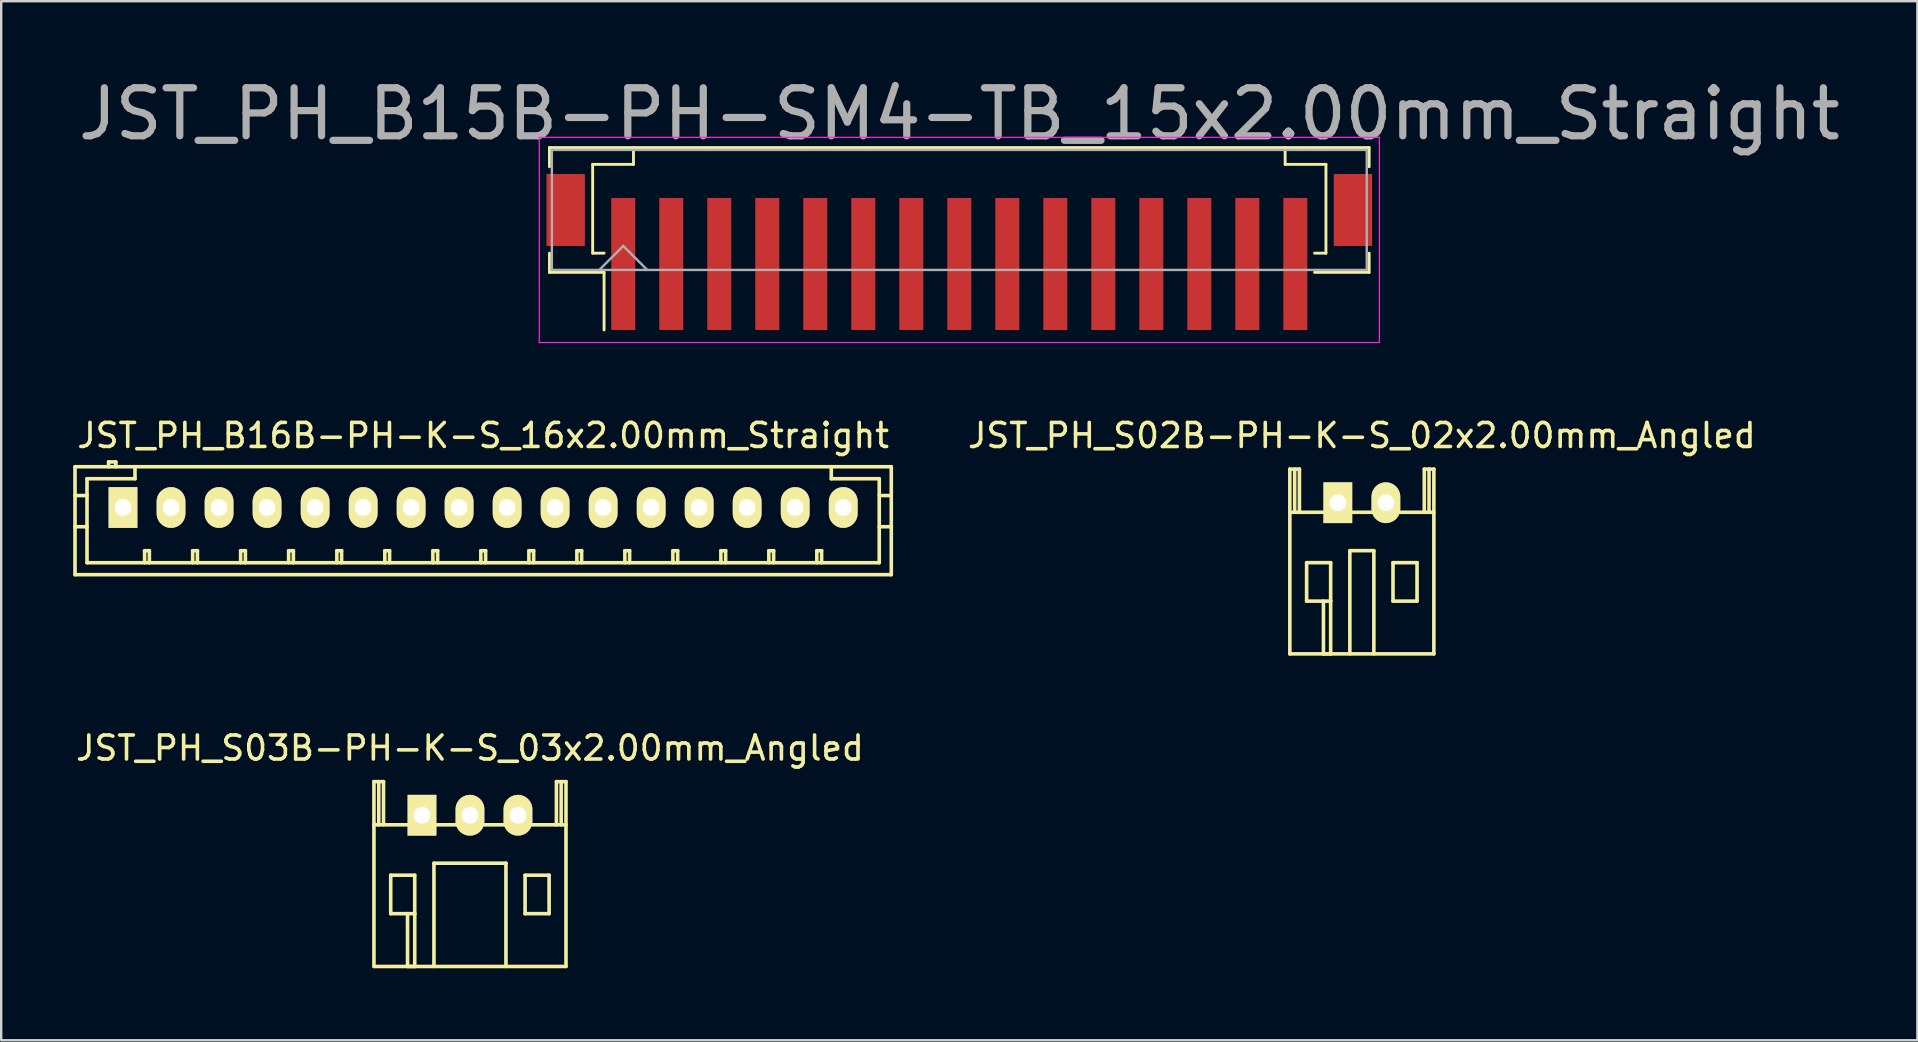
<source format=kicad_pcb>
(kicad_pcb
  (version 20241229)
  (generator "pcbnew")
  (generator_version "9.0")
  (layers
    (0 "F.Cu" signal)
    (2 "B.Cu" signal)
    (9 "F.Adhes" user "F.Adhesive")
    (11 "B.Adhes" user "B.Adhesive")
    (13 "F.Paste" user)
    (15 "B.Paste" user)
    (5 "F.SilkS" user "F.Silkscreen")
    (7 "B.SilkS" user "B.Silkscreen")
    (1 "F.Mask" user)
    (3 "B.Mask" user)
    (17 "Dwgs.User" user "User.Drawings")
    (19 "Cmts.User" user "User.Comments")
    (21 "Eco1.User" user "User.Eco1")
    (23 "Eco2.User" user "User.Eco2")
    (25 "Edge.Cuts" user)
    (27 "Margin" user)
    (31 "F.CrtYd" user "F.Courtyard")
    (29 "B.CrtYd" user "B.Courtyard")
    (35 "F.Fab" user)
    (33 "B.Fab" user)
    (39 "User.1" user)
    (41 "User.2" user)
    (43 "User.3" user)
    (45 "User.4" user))
  (footprint "JST_PH_S02B-PH-K-S_02x2.00mm_Angled"
    (layer "F.Cu")
    (at 52.688 17.894)
    (property "Reference" "JST_PH_S02B-PH-K-S_02x2.00mm_Angled" (at 1 -2.799 0) (layer "F.SilkS") (effects (font (size 1 1) (thickness 0.15))))
    (attr through_hole)
    (fp_line (start -2 -1.4) (end -2 6.299) (stroke (width 0.15) (type solid)) (layer "F.SilkS"))
    (fp_line (start -2 6.299) (end 4 6.299) (stroke (width 0.15) (type solid)) (layer "F.SilkS"))
    (fp_line (start -1.799 -1.4) (end -1.799 0.399) (stroke (width 0.15) (type solid)) (layer "F.SilkS"))
    (fp_line (start -1.601 -1.4) (end -2 -1.4) (stroke (width 0.15) (type solid)) (layer "F.SilkS"))
    (fp_line (start -1.601 0.399) (end -1.601 -1.4) (stroke (width 0.15) (type solid)) (layer "F.SilkS"))
    (fp_line (start -1.301 2.499) (end -0.3 2.499) (stroke (width 0.15) (type solid)) (layer "F.SilkS"))
    (fp_line (start -1.301 4.1) (end -1.301 2.499) (stroke (width 0.15) (type solid)) (layer "F.SilkS"))
    (fp_line (start -0.6 6.299) (end -0.6 4.1) (stroke (width 0.15) (type solid)) (layer "F.SilkS"))
    (fp_line (start -0.3 2.499) (end -0.3 4.1) (stroke (width 0.15) (type solid)) (layer "F.SilkS"))
    (fp_line (start -0.3 4.1) (end -1.301 4.1) (stroke (width 0.15) (type solid)) (layer "F.SilkS"))
    (fp_line (start -0.3 4.1) (end -0.3 6.299) (stroke (width 0.15) (type solid)) (layer "F.SilkS"))
    (fp_line (start -0.3 6.299) (end -0.6 6.299) (stroke (width 0.15) (type solid)) (layer "F.SilkS"))
    (fp_line (start 0.5 1.999) (end 0.5 6.299) (stroke (width 0.15) (type solid)) (layer "F.SilkS"))
    (fp_line (start 1.5 1.999) (end 0.5 1.999) (stroke (width 0.15) (type solid)) (layer "F.SilkS"))
    (fp_line (start 1.5 1.999) (end 1.5 6.299) (stroke (width 0.15) (type solid)) (layer "F.SilkS"))
    (fp_line (start 2.298 2.499) (end 3.299 2.499) (stroke (width 0.15) (type solid)) (layer "F.SilkS"))
    (fp_line (start 2.298 4.1) (end 2.298 2.499) (stroke (width 0.15) (type solid)) (layer "F.SilkS"))
    (fp_line (start 3.299 2.499) (end 3.299 4.1) (stroke (width 0.15) (type solid)) (layer "F.SilkS"))
    (fp_line (start 3.299 4.1) (end 2.298 4.1) (stroke (width 0.15) (type solid)) (layer "F.SilkS"))
    (fp_line (start 3.601 -1.4) (end 3.601 0.399) (stroke (width 0.15) (type solid)) (layer "F.SilkS"))
    (fp_line (start 3.799 -1.4) (end 3.799 0.399) (stroke (width 0.15) (type solid)) (layer "F.SilkS"))
    (fp_line (start 4 -1.4) (end 3.601 -1.4) (stroke (width 0.15) (type solid)) (layer "F.SilkS"))
    (fp_line (start 4 0.399) (end -2 0.399) (stroke (width 0.15) (type solid)) (layer "F.SilkS"))
    (fp_line (start 4 6.299) (end 4 -1.4) (stroke (width 0.15) (type solid)) (layer "F.SilkS"))
    (pad "1" thru_hole rect (at -0.001 0) (size 1.199 1.699) (drill 0.701) (layers "*.Cu" "*.Mask" "F.SilkS"))
    (pad "2" thru_hole oval (at 2.001 0) (size 1.199 1.699) (drill 0.701) (layers "*.Cu" "*.Mask" "F.SilkS")))
  (footprint "JST_PH_S03B-PH-K-S_03x2.00mm_Angled"
    (layer "F.Cu")
    (at 14.53 30.915)
    (property "Reference" "JST_PH_S03B-PH-K-S_03x2.00mm_Angled" (at 2 -2.799 0) (layer "F.SilkS") (effects (font (size 1 1) (thickness 0.15))))
    (attr through_hole)
    (fp_line (start -2.001 -1.4) (end -2.001 6.299) (stroke (width 0.15) (type solid)) (layer "F.SilkS"))
    (fp_line (start -2.001 0.399) (end 6 0.399) (stroke (width 0.15) (type solid)) (layer "F.SilkS"))
    (fp_line (start -2.001 6.299) (end 6 6.299) (stroke (width 0.15) (type solid)) (layer "F.SilkS"))
    (fp_line (start -1.8 -1.4) (end -1.8 0.399) (stroke (width 0.15) (type solid)) (layer "F.SilkS"))
    (fp_line (start -1.602 -1.4) (end -2.001 -1.4) (stroke (width 0.15) (type solid)) (layer "F.SilkS"))
    (fp_line (start -1.602 0.399) (end -1.602 -1.4) (stroke (width 0.15) (type solid)) (layer "F.SilkS"))
    (fp_line (start -1.302 2.499) (end -0.301 2.499) (stroke (width 0.15) (type solid)) (layer "F.SilkS"))
    (fp_line (start -1.302 4.1) (end -1.302 2.499) (stroke (width 0.15) (type solid)) (layer "F.SilkS"))
    (fp_line (start -0.601 6.299) (end -0.601 4.1) (stroke (width 0.15) (type solid)) (layer "F.SilkS"))
    (fp_line (start -0.301 2.499) (end -0.301 4.1) (stroke (width 0.15) (type solid)) (layer "F.SilkS"))
    (fp_line (start -0.301 4.1) (end -1.302 4.1) (stroke (width 0.15) (type solid)) (layer "F.SilkS"))
    (fp_line (start -0.301 4.1) (end -0.301 6.299) (stroke (width 0.15) (type solid)) (layer "F.SilkS"))
    (fp_line (start -0.301 6.299) (end -0.601 6.299) (stroke (width 0.15) (type solid)) (layer "F.SilkS"))
    (fp_line (start 0.499 1.999) (end 0.499 6.299) (stroke (width 0.15) (type solid)) (layer "F.SilkS"))
    (fp_line (start 0.499 1.999) (end 3.501 1.999) (stroke (width 0.15) (type solid)) (layer "F.SilkS"))
    (fp_line (start 3.499 1.999) (end 3.499 6.299) (stroke (width 0.15) (type solid)) (layer "F.SilkS"))
    (fp_line (start 4.296 2.499) (end 5.297 2.499) (stroke (width 0.15) (type solid)) (layer "F.SilkS"))
    (fp_line (start 4.296 4.1) (end 4.296 2.499) (stroke (width 0.15) (type solid)) (layer "F.SilkS"))
    (fp_line (start 5.297 2.499) (end 5.297 4.1) (stroke (width 0.15) (type solid)) (layer "F.SilkS"))
    (fp_line (start 5.297 4.1) (end 4.296 4.1) (stroke (width 0.15) (type solid)) (layer "F.SilkS"))
    (fp_line (start 5.602 -1.4) (end 5.602 0.399) (stroke (width 0.15) (type solid)) (layer "F.SilkS"))
    (fp_line (start 5.8 -1.4) (end 5.8 0.399) (stroke (width 0.15) (type solid)) (layer "F.SilkS"))
    (fp_line (start 6 -1.4) (end 5.602 -1.4) (stroke (width 0.15) (type solid)) (layer "F.SilkS"))
    (fp_line (start 6 6.299) (end 6 -1.4) (stroke (width 0.15) (type solid)) (layer "F.SilkS"))
    (pad "1" thru_hole rect (at 0.001 0) (size 1.199 1.699) (drill 0.701) (layers "*.Cu" "*.Mask" "F.SilkS"))
    (pad "2" thru_hole oval (at 2 0) (size 1.199 1.699) (drill 0.701) (layers "*.Cu" "*.Mask" "F.SilkS"))
    (pad "3" thru_hole oval (at 3.999 0) (size 1.199 1.699) (drill 0.701) (layers "*.Cu" "*.Mask" "F.SilkS")))
  (footprint "JST_PH_B16B-PH-K-S_16x2.00mm_Straight"
    (layer "F.Cu")
    (at 2.08 18.094)
    (property "Reference" "JST_PH_B16B-PH-K-S_16x2.00mm_Straight" (at 15 -3 0) (layer "F.SilkS") (effects (font (size 1 1) (thickness 0.15))))
    (attr through_hole)
    (fp_line (start -2.005 -1.699) (end -2.005 2.799) (stroke (width 0.15) (type solid)) (layer "F.SilkS"))
    (fp_line (start -1.505 -1.199) (end -1.505 2.301) (stroke (width 0.15) (type solid)) (layer "F.SilkS"))
    (fp_line (start -1.505 -0.5) (end -2.005 -0.5) (stroke (width 0.15) (type solid)) (layer "F.SilkS"))
    (fp_line (start -1.505 0.8) (end -2.005 0.8) (stroke (width 0.15) (type solid)) (layer "F.SilkS"))
    (fp_line (start -1.5 2.301) (end 31.5 2.301) (stroke (width 0.15) (type solid)) (layer "F.SilkS"))
    (fp_line (start -0.606 -1.9) (end -0.606 -1.699) (stroke (width 0.15) (type solid)) (layer "F.SilkS"))
    (fp_line (start -0.306 -1.9) (end -0.606 -1.9) (stroke (width 0.15) (type solid)) (layer "F.SilkS"))
    (fp_line (start -0.306 -1.699) (end -0.306 -1.9) (stroke (width 0.15) (type solid)) (layer "F.SilkS"))
    (fp_line (start 0.494 -1.699) (end 0.494 -1.199) (stroke (width 0.15) (type solid)) (layer "F.SilkS"))
    (fp_line (start 0.494 -1.199) (end -1.505 -1.199) (stroke (width 0.15) (type solid)) (layer "F.SilkS"))
    (fp_line (start 0.895 1.801) (end 1.093 1.801) (stroke (width 0.15) (type solid)) (layer "F.SilkS"))
    (fp_line (start 0.895 2.301) (end 0.895 1.801) (stroke (width 0.15) (type solid)) (layer "F.SilkS"))
    (fp_line (start 1.093 1.801) (end 1.093 2.301) (stroke (width 0.15) (type solid)) (layer "F.SilkS"))
    (fp_line (start 2.897 1.801) (end 3.095 1.801) (stroke (width 0.15) (type solid)) (layer "F.SilkS"))
    (fp_line (start 2.897 2.301) (end 2.897 1.801) (stroke (width 0.15) (type solid)) (layer "F.SilkS"))
    (fp_line (start 3.095 1.801) (end 3.095 2.301) (stroke (width 0.15) (type solid)) (layer "F.SilkS"))
    (fp_line (start 4.896 1.801) (end 5.094 1.801) (stroke (width 0.15) (type solid)) (layer "F.SilkS"))
    (fp_line (start 4.896 2.301) (end 4.896 1.801) (stroke (width 0.15) (type solid)) (layer "F.SilkS"))
    (fp_line (start 5.094 1.801) (end 5.094 2.301) (stroke (width 0.15) (type solid)) (layer "F.SilkS"))
    (fp_line (start 6.895 1.801) (end 7.093 1.801) (stroke (width 0.15) (type solid)) (layer "F.SilkS"))
    (fp_line (start 6.895 2.301) (end 6.895 1.801) (stroke (width 0.15) (type solid)) (layer "F.SilkS"))
    (fp_line (start 7.093 1.801) (end 7.093 2.301) (stroke (width 0.15) (type solid)) (layer "F.SilkS"))
    (fp_line (start 8.904 1.801) (end 9.102 1.801) (stroke (width 0.15) (type solid)) (layer "F.SilkS"))
    (fp_line (start 8.904 2.301) (end 8.904 1.801) (stroke (width 0.15) (type solid)) (layer "F.SilkS"))
    (fp_line (start 9.102 1.801) (end 9.102 2.301) (stroke (width 0.15) (type solid)) (layer "F.SilkS"))
    (fp_line (start 10.903 1.801) (end 11.101 1.801) (stroke (width 0.15) (type solid)) (layer "F.SilkS"))
    (fp_line (start 10.903 2.301) (end 10.903 1.801) (stroke (width 0.15) (type solid)) (layer "F.SilkS"))
    (fp_line (start 11.101 1.801) (end 11.101 2.301) (stroke (width 0.15) (type solid)) (layer "F.SilkS"))
    (fp_line (start 12.905 1.801) (end 13.103 1.801) (stroke (width 0.15) (type solid)) (layer "F.SilkS"))
    (fp_line (start 12.905 2.301) (end 12.905 1.801) (stroke (width 0.15) (type solid)) (layer "F.SilkS"))
    (fp_line (start 13.103 1.801) (end 13.103 2.301) (stroke (width 0.15) (type solid)) (layer "F.SilkS"))
    (fp_line (start 14.903 1.801) (end 15.102 1.801) (stroke (width 0.15) (type solid)) (layer "F.SilkS"))
    (fp_line (start 14.903 2.301) (end 14.903 1.801) (stroke (width 0.15) (type solid)) (layer "F.SilkS"))
    (fp_line (start 15.102 1.801) (end 15.102 2.301) (stroke (width 0.15) (type solid)) (layer "F.SilkS"))
    (fp_line (start 16.905 1.801) (end 17.103 1.801) (stroke (width 0.15) (type solid)) (layer "F.SilkS"))
    (fp_line (start 16.905 2.301) (end 16.905 1.801) (stroke (width 0.15) (type solid)) (layer "F.SilkS"))
    (fp_line (start 17.103 1.801) (end 17.103 2.301) (stroke (width 0.15) (type solid)) (layer "F.SilkS"))
    (fp_line (start 18.904 1.801) (end 19.102 1.801) (stroke (width 0.15) (type solid)) (layer "F.SilkS"))
    (fp_line (start 18.904 2.301) (end 18.904 1.801) (stroke (width 0.15) (type solid)) (layer "F.SilkS"))
    (fp_line (start 19.102 1.801) (end 19.102 2.301) (stroke (width 0.15) (type solid)) (layer "F.SilkS"))
    (fp_line (start 20.903 1.801) (end 21.101 1.801) (stroke (width 0.15) (type solid)) (layer "F.SilkS"))
    (fp_line (start 20.903 2.301) (end 20.903 1.801) (stroke (width 0.15) (type solid)) (layer "F.SilkS"))
    (fp_line (start 21.101 1.801) (end 21.101 2.301) (stroke (width 0.15) (type solid)) (layer "F.SilkS"))
    (fp_line (start 22.904 1.801) (end 23.103 1.801) (stroke (width 0.15) (type solid)) (layer "F.SilkS"))
    (fp_line (start 22.904 2.301) (end 22.904 1.801) (stroke (width 0.15) (type solid)) (layer "F.SilkS"))
    (fp_line (start 23.103 1.801) (end 23.103 2.301) (stroke (width 0.15) (type solid)) (layer "F.SilkS"))
    (fp_line (start 24.903 1.801) (end 25.102 1.801) (stroke (width 0.15) (type solid)) (layer "F.SilkS"))
    (fp_line (start 24.903 2.301) (end 24.903 1.801) (stroke (width 0.15) (type solid)) (layer "F.SilkS"))
    (fp_line (start 25.102 1.801) (end 25.102 2.301) (stroke (width 0.15) (type solid)) (layer "F.SilkS"))
    (fp_line (start 26.902 1.801) (end 27.101 1.801) (stroke (width 0.15) (type solid)) (layer "F.SilkS"))
    (fp_line (start 26.902 2.301) (end 26.902 1.801) (stroke (width 0.15) (type solid)) (layer "F.SilkS"))
    (fp_line (start 27.101 1.801) (end 27.101 2.301) (stroke (width 0.15) (type solid)) (layer "F.SilkS"))
    (fp_line (start 28.901 1.801) (end 29.1 1.801) (stroke (width 0.15) (type solid)) (layer "F.SilkS"))
    (fp_line (start 28.901 2.301) (end 28.901 1.801) (stroke (width 0.15) (type solid)) (layer "F.SilkS"))
    (fp_line (start 29.1 1.801) (end 29.1 2.301) (stroke (width 0.15) (type solid)) (layer "F.SilkS"))
    (fp_line (start 29.503 -1.199) (end 29.503 -1.699) (stroke (width 0.15) (type solid)) (layer "F.SilkS"))
    (fp_line (start 31.502 -1.199) (end 29.503 -1.199) (stroke (width 0.15) (type solid)) (layer "F.SilkS"))
    (fp_line (start 31.502 0.8) (end 32.003 0.8) (stroke (width 0.15) (type solid)) (layer "F.SilkS"))
    (fp_line (start 31.502 2.301) (end 31.502 -1.199) (stroke (width 0.15) (type solid)) (layer "F.SilkS"))
    (fp_line (start 32 -1.699) (end -2 -1.699) (stroke (width 0.15) (type solid)) (layer "F.SilkS"))
    (fp_line (start 32 2.799) (end -2 2.799) (stroke (width 0.15) (type solid)) (layer "F.SilkS"))
    (fp_line (start 32.003 -1.699) (end 32.003 2.799) (stroke (width 0.15) (type solid)) (layer "F.SilkS"))
    (fp_line (start 32.003 -0.5) (end 31.502 -0.5) (stroke (width 0.15) (type solid)) (layer "F.SilkS"))
    (pad "1" thru_hole rect (at -0.006 0) (size 1.199 1.699) (drill 0.701) (layers "*.Cu" "*.Mask" "F.SilkS"))
    (pad "2" thru_hole oval (at 1.995 0) (size 1.199 1.699) (drill 0.701) (layers "*.Cu" "*.Mask" "F.SilkS"))
    (pad "3" thru_hole oval (at 3.997 0) (size 1.199 1.699) (drill 0.701) (layers "*.Cu" "*.Mask" "F.SilkS"))
    (pad "4" thru_hole oval (at 5.996 0) (size 1.199 1.699) (drill 0.701) (layers "*.Cu" "*.Mask" "F.SilkS"))
    (pad "5" thru_hole oval (at 8 0) (size 1.199 1.699) (drill 0.701) (layers "*.Cu" "*.Mask" "F.SilkS"))
    (pad "6" thru_hole oval (at 10.001 0) (size 1.199 1.699) (drill 0.701) (layers "*.Cu" "*.Mask" "F.SilkS"))
    (pad "7" thru_hole oval (at 11.998 0) (size 1.199 1.699) (drill 0.701) (layers "*.Cu" "*.Mask" "F.SilkS"))
    (pad "8" thru_hole oval (at 13.997 0) (size 1.199 1.699) (drill 0.701) (layers "*.Cu" "*.Mask" "F.SilkS"))
    (pad "9" thru_hole oval (at 15.998 0) (size 1.199 1.699) (drill 0.701) (layers "*.Cu" "*.Mask" "F.SilkS"))
    (pad "10" thru_hole oval (at 17.997 0) (size 1.199 1.699) (drill 0.701) (layers "*.Cu" "*.Mask" "F.SilkS"))
    (pad "11" thru_hole oval (at 19.999 0) (size 1.199 1.699) (drill 0.701) (layers "*.Cu" "*.Mask" "F.SilkS"))
    (pad "12" thru_hole oval (at 22 0) (size 1.199 1.699) (drill 0.701) (layers "*.Cu" "*.Mask" "F.SilkS"))
    (pad "13" thru_hole oval (at 23.999 0) (size 1.199 1.699) (drill 0.701) (layers "*.Cu" "*.Mask" "F.SilkS"))
    (pad "14" thru_hole oval (at 25.998 0) (size 1.199 1.699) (drill 0.701) (layers "*.Cu" "*.Mask" "F.SilkS"))
    (pad "15" thru_hole oval (at 28 0) (size 1.199 1.699) (drill 0.701) (layers "*.Cu" "*.Mask" "F.SilkS"))
    (pad "16" thru_hole oval (at 30.001 0) (size 1.199 1.699) (drill 0.701) (layers "*.Cu" "*.Mask" "F.SilkS")))
  (footprint "JST_PH_B15B-PH-SM4-TB_15x2.00mm_Straight"
    (layer "F.Cu")
    (at 36.917 6.822)
    (property "Reference" "JST_PH_B15B-PH-SM4-TB_15x2.00mm_Straight" (at 0 -5.125 0) (layer "F.Fab") (effects (font (size 2 2) (thickness 0.3))))
    (attr smd)
    (fp_line (start -17.075 -3.725) (end 17.075 -3.725) (stroke (width 0.12) (type solid)) (layer "F.SilkS"))
    (fp_line (start -17.075 -2.925) (end -17.075 -3.725) (stroke (width 0.12) (type solid)) (layer "F.SilkS"))
    (fp_line (start -17.075 0.675) (end -17.075 1.475) (stroke (width 0.12) (type solid)) (layer "F.SilkS"))
    (fp_line (start -17.075 1.475) (end -14.8 1.475) (stroke (width 0.12) (type solid)) (layer "F.SilkS"))
    (fp_line (start -15.275 -3.025) (end -15.275 0.675) (stroke (width 0.12) (type solid)) (layer "F.SilkS"))
    (fp_line (start -15.275 0.675) (end -14.8 0.675) (stroke (width 0.12) (type solid)) (layer "F.SilkS"))
    (fp_line (start -14.8 1.475) (end -14.8 3.875) (stroke (width 0.12) (type solid)) (layer "F.SilkS"))
    (fp_line (start -13.575 -3.725) (end -13.575 -3.025) (stroke (width 0.12) (type solid)) (layer "F.SilkS"))
    (fp_line (start -13.575 -3.025) (end -15.275 -3.025) (stroke (width 0.12) (type solid)) (layer "F.SilkS"))
    (fp_line (start 13.575 -3.725) (end 13.575 -3.025) (stroke (width 0.12) (type solid)) (layer "F.SilkS"))
    (fp_line (start 13.575 -3.025) (end 15.275 -3.025) (stroke (width 0.12) (type solid)) (layer "F.SilkS"))
    (fp_line (start 15.275 -3.025) (end 15.275 0.675) (stroke (width 0.12) (type solid)) (layer "F.SilkS"))
    (fp_line (start 15.275 0.675) (end 14.8 0.675) (stroke (width 0.12) (type solid)) (layer "F.SilkS"))
    (fp_line (start 17.075 -3.725) (end 17.075 -2.925) (stroke (width 0.12) (type solid)) (layer "F.SilkS"))
    (fp_line (start 17.075 0.675) (end 17.075 1.475) (stroke (width 0.12) (type solid)) (layer "F.SilkS"))
    (fp_line (start 17.075 1.475) (end 14.8 1.475) (stroke (width 0.12) (type solid)) (layer "F.SilkS"))
    (fp_line (start -17.5 -4.15) (end -17.5 4.4) (stroke (width 0.05) (type solid)) (layer "F.CrtYd"))
    (fp_line (start -17.5 4.4) (end 17.5 4.4) (stroke (width 0.05) (type solid)) (layer "F.CrtYd"))
    (fp_line (start 17.5 -4.15) (end -17.5 -4.15) (stroke (width 0.05) (type solid)) (layer "F.CrtYd"))
    (fp_line (start 17.5 4.4) (end 17.5 -4.15) (stroke (width 0.05) (type solid)) (layer "F.CrtYd"))
    (fp_line (start -16.975 -3.625) (end -16.975 1.375) (stroke (width 0.1) (type solid)) (layer "F.Fab"))
    (fp_line (start -16.975 1.375) (end 16.975 1.375) (stroke (width 0.1) (type solid)) (layer "F.Fab"))
    (fp_line (start -15 1.375) (end -14 0.375) (stroke (width 0.1) (type solid)) (layer "F.Fab"))
    (fp_line (start -14 0.375) (end -13 1.375) (stroke (width 0.1) (type solid)) (layer "F.Fab"))
    (fp_line (start 16.975 -3.625) (end -16.975 -3.625) (stroke (width 0.1) (type solid)) (layer "F.Fab"))
    (fp_line (start 16.975 1.375) (end 16.975 -3.625) (stroke (width 0.1) (type solid)) (layer "F.Fab"))
    (pad "" smd rect (at -16.4 -1.125) (size 1.6 3) (layers "F.Cu" "F.Mask" "F.Paste"))
    (pad "" smd rect (at 16.4 -1.125) (size 1.6 3) (layers "F.Cu" "F.Mask" "F.Paste"))
    (pad "1" smd rect (at -14 1.125) (size 1 5.5) (layers "F.Cu" "F.Mask" "F.Paste"))
    (pad "2" smd rect (at -12 1.125) (size 1 5.5) (layers "F.Cu" "F.Mask" "F.Paste"))
    (pad "3" smd rect (at -10 1.125) (size 1 5.5) (layers "F.Cu" "F.Mask" "F.Paste"))
    (pad "4" smd rect (at -8 1.125) (size 1 5.5) (layers "F.Cu" "F.Mask" "F.Paste"))
    (pad "5" smd rect (at -6 1.125) (size 1 5.5) (layers "F.Cu" "F.Mask" "F.Paste"))
    (pad "6" smd rect (at -4 1.125) (size 1 5.5) (layers "F.Cu" "F.Mask" "F.Paste"))
    (pad "7" smd rect (at -2 1.125) (size 1 5.5) (layers "F.Cu" "F.Mask" "F.Paste"))
    (pad "8" smd rect (at 0 1.125) (size 1 5.5) (layers "F.Cu" "F.Mask" "F.Paste"))
    (pad "9" smd rect (at 2 1.125) (size 1 5.5) (layers "F.Cu" "F.Mask" "F.Paste"))
    (pad "10" smd rect (at 4 1.125) (size 1 5.5) (layers "F.Cu" "F.Mask" "F.Paste"))
    (pad "11" smd rect (at 6 1.125) (size 1 5.5) (layers "F.Cu" "F.Mask" "F.Paste"))
    (pad "12" smd rect (at 8 1.125) (size 1 5.5) (layers "F.Cu" "F.Mask" "F.Paste"))
    (pad "13" smd rect (at 10 1.125) (size 1 5.5) (layers "F.Cu" "F.Mask" "F.Paste"))
    (pad "14" smd rect (at 12 1.125) (size 1 5.5) (layers "F.Cu" "F.Mask" "F.Paste"))
    (pad "15" smd rect (at 14 1.125) (size 1 5.5) (layers "F.Cu" "F.Mask" "F.Paste")))
  (gr_rect
    (start -3 -3)
    (end 76.833 40.29)
    (stroke (width 0.1) (type default))
    (fill no)
    (layer "Edge.Cuts")))
</source>
